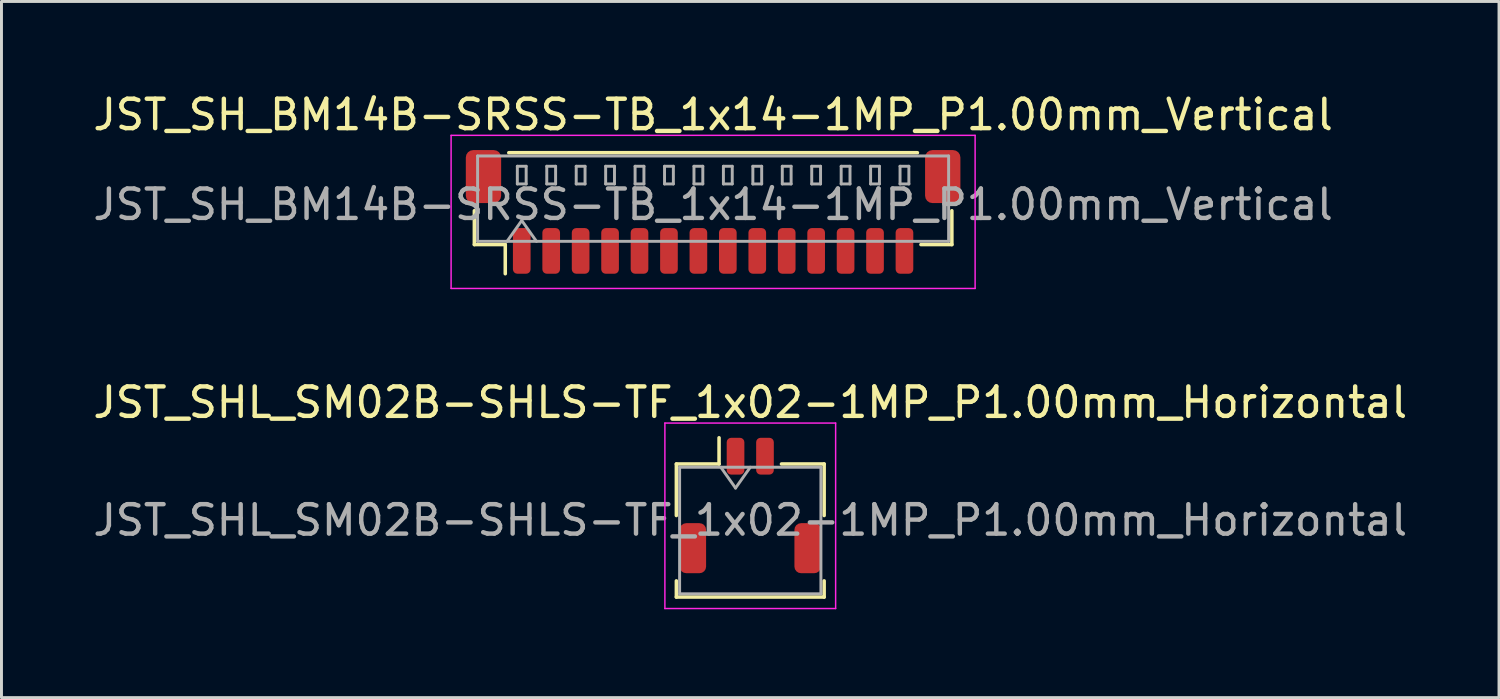
<source format=kicad_pcb>
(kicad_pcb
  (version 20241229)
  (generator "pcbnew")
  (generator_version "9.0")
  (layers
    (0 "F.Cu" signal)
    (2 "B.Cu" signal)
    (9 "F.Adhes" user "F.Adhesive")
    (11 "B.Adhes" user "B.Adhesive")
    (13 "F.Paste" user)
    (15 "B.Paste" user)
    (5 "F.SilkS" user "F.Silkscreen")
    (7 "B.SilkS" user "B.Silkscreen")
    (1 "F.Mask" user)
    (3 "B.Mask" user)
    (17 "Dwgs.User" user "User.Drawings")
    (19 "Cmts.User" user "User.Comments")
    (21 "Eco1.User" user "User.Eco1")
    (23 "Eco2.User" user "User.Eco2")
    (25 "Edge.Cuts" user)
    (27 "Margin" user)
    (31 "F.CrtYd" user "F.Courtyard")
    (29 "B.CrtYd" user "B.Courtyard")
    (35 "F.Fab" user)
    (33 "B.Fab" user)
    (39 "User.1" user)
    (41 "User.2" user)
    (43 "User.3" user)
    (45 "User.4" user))
  (footprint "JST_SHL_SM02B-SHLS-TF_1x02-1MP_P1.00mm_Horizontal"
    (layer "F.Cu")
    (at 22.435 14.121)
    (property "Reference" "JST_SHL_SM02B-SHLS-TF_1x02-1MP_P1.00mm_Horizontal" (at 0 -3.5 0) (layer "F.SilkS") (effects (font (size 1 1) (thickness 0.15))))
    (attr smd)
    (fp_line (start -2.51 -1.41) (end -1.06 -1.41) (stroke (width 0.12) (type solid)) (layer "F.SilkS"))
    (fp_line (start -2.51 0.34) (end -2.51 -1.41) (stroke (width 0.12) (type solid)) (layer "F.SilkS"))
    (fp_line (start -2.51 2.56) (end -2.51 3.11) (stroke (width 0.12) (type solid)) (layer "F.SilkS"))
    (fp_line (start -2.51 3.11) (end 2.51 3.11) (stroke (width 0.12) (type solid)) (layer "F.SilkS"))
    (fp_line (start -1.06 -1.41) (end -1.06 -2.3) (stroke (width 0.12) (type solid)) (layer "F.SilkS"))
    (fp_line (start 2.51 -1.41) (end 1.06 -1.41) (stroke (width 0.12) (type solid)) (layer "F.SilkS"))
    (fp_line (start 2.51 0.34) (end 2.51 -1.41) (stroke (width 0.12) (type solid)) (layer "F.SilkS"))
    (fp_line (start 2.51 3.11) (end 2.51 2.56) (stroke (width 0.12) (type solid)) (layer "F.SilkS"))
    (fp_line (start -2.9 -2.8) (end -2.9 3.5) (stroke (width 0.05) (type solid)) (layer "F.CrtYd"))
    (fp_line (start -2.9 3.5) (end 2.9 3.5) (stroke (width 0.05) (type solid)) (layer "F.CrtYd"))
    (fp_line (start 2.9 -2.8) (end -2.9 -2.8) (stroke (width 0.05) (type solid)) (layer "F.CrtYd"))
    (fp_line (start 2.9 3.5) (end 2.9 -2.8) (stroke (width 0.05) (type solid)) (layer "F.CrtYd"))
    (fp_line (start -2.4 -1.3) (end -2.4 3) (stroke (width 0.1) (type solid)) (layer "F.Fab"))
    (fp_line (start -2.4 -1.3) (end 2.4 -1.3) (stroke (width 0.1) (type solid)) (layer "F.Fab"))
    (fp_line (start -2.4 3) (end 2.4 3) (stroke (width 0.1) (type solid)) (layer "F.Fab"))
    (fp_line (start -1 -1.3) (end -0.5 -0.593) (stroke (width 0.1) (type solid)) (layer "F.Fab"))
    (fp_line (start -0.5 -0.593) (end 0 -1.3) (stroke (width 0.1) (type solid)) (layer "F.Fab"))
    (fp_line (start 2.4 -1.3) (end 2.4 3) (stroke (width 0.1) (type solid)) (layer "F.Fab"))
    (fp_text user "${REFERENCE}" (at 0 0.5 0) (layer "F.Fab") (effects (font (size 1 1) (thickness 0.15))))
    (pad "1" smd roundrect (at -0.5 -1.675) (size 0.6 1.25) (layers "F.Cu" "F.Mask" "F.Paste") (roundrect_rratio 0.25))
    (pad "2" smd roundrect (at 0.5 -1.675) (size 0.6 1.25) (layers "F.Cu" "F.Mask" "F.Paste") (roundrect_rratio 0.25))
    (pad "MP" smd roundrect (at -1.95 1.45) (size 0.9 1.7) (layers "F.Cu" "F.Mask" "F.Paste") (roundrect_rratio 0.25))
    (pad "MP" smd roundrect (at 1.95 1.45) (size 0.9 1.7) (layers "F.Cu" "F.Mask" "F.Paste") (roundrect_rratio 0.25)))
  (footprint "JST_SH_BM14B-SRSS-TB_1x14-1MP_P1.00mm_Vertical"
    (layer "F.Cu")
    (at 21.173 4.148)
    (property "Reference" "JST_SH_BM14B-SRSS-TB_1x14-1MP_P1.00mm_Vertical" (at 0 -3.3 0) (layer "F.SilkS") (effects (font (size 1 1) (thickness 0.15))))
    (attr smd)
    (fp_line (start -8.11 -0.04) (end -8.11 1.11) (stroke (width 0.12) (type solid)) (layer "F.SilkS"))
    (fp_line (start -8.11 1.11) (end -7.06 1.11) (stroke (width 0.12) (type solid)) (layer "F.SilkS"))
    (fp_line (start -7.06 1.11) (end -7.06 2.1) (stroke (width 0.12) (type solid)) (layer "F.SilkS"))
    (fp_line (start -6.94 -2.01) (end 6.94 -2.01) (stroke (width 0.12) (type solid)) (layer "F.SilkS"))
    (fp_line (start 8.11 -0.04) (end 8.11 1.11) (stroke (width 0.12) (type solid)) (layer "F.SilkS"))
    (fp_line (start 8.11 1.11) (end 7.06 1.11) (stroke (width 0.12) (type solid)) (layer "F.SilkS"))
    (fp_line (start -8.9 -2.6) (end -8.9 2.6) (stroke (width 0.05) (type solid)) (layer "F.CrtYd"))
    (fp_line (start -8.9 2.6) (end 8.9 2.6) (stroke (width 0.05) (type solid)) (layer "F.CrtYd"))
    (fp_line (start 8.9 -2.6) (end -8.9 -2.6) (stroke (width 0.05) (type solid)) (layer "F.CrtYd"))
    (fp_line (start 8.9 2.6) (end 8.9 -2.6) (stroke (width 0.05) (type solid)) (layer "F.CrtYd"))
    (fp_line (start -8 -1.9) (end 8 -1.9) (stroke (width 0.1) (type solid)) (layer "F.Fab"))
    (fp_line (start -8 1) (end -8 -1.9) (stroke (width 0.1) (type solid)) (layer "F.Fab"))
    (fp_line (start -8 1) (end 8 1) (stroke (width 0.1) (type solid)) (layer "F.Fab"))
    (fp_line (start -7 1) (end -6.5 0.293) (stroke (width 0.1) (type solid)) (layer "F.Fab"))
    (fp_line (start -6.65 -1.55) (end -6.65 -0.95) (stroke (width 0.1) (type solid)) (layer "F.Fab"))
    (fp_line (start -6.65 -0.95) (end -6.35 -0.95) (stroke (width 0.1) (type solid)) (layer "F.Fab"))
    (fp_line (start -6.5 0.293) (end -6 1) (stroke (width 0.1) (type solid)) (layer "F.Fab"))
    (fp_line (start -6.35 -1.55) (end -6.65 -1.55) (stroke (width 0.1) (type solid)) (layer "F.Fab"))
    (fp_line (start -6.35 -0.95) (end -6.35 -1.55) (stroke (width 0.1) (type solid)) (layer "F.Fab"))
    (fp_line (start -5.65 -1.55) (end -5.65 -0.95) (stroke (width 0.1) (type solid)) (layer "F.Fab"))
    (fp_line (start -5.65 -0.95) (end -5.35 -0.95) (stroke (width 0.1) (type solid)) (layer "F.Fab"))
    (fp_line (start -5.35 -1.55) (end -5.65 -1.55) (stroke (width 0.1) (type solid)) (layer "F.Fab"))
    (fp_line (start -5.35 -0.95) (end -5.35 -1.55) (stroke (width 0.1) (type solid)) (layer "F.Fab"))
    (fp_line (start -4.65 -1.55) (end -4.65 -0.95) (stroke (width 0.1) (type solid)) (layer "F.Fab"))
    (fp_line (start -4.65 -0.95) (end -4.35 -0.95) (stroke (width 0.1) (type solid)) (layer "F.Fab"))
    (fp_line (start -4.35 -1.55) (end -4.65 -1.55) (stroke (width 0.1) (type solid)) (layer "F.Fab"))
    (fp_line (start -4.35 -0.95) (end -4.35 -1.55) (stroke (width 0.1) (type solid)) (layer "F.Fab"))
    (fp_line (start -3.65 -1.55) (end -3.65 -0.95) (stroke (width 0.1) (type solid)) (layer "F.Fab"))
    (fp_line (start -3.65 -0.95) (end -3.35 -0.95) (stroke (width 0.1) (type solid)) (layer "F.Fab"))
    (fp_line (start -3.35 -1.55) (end -3.65 -1.55) (stroke (width 0.1) (type solid)) (layer "F.Fab"))
    (fp_line (start -3.35 -0.95) (end -3.35 -1.55) (stroke (width 0.1) (type solid)) (layer "F.Fab"))
    (fp_line (start -2.65 -1.55) (end -2.65 -0.95) (stroke (width 0.1) (type solid)) (layer "F.Fab"))
    (fp_line (start -2.65 -0.95) (end -2.35 -0.95) (stroke (width 0.1) (type solid)) (layer "F.Fab"))
    (fp_line (start -2.35 -1.55) (end -2.65 -1.55) (stroke (width 0.1) (type solid)) (layer "F.Fab"))
    (fp_line (start -2.35 -0.95) (end -2.35 -1.55) (stroke (width 0.1) (type solid)) (layer "F.Fab"))
    (fp_line (start -1.65 -1.55) (end -1.65 -0.95) (stroke (width 0.1) (type solid)) (layer "F.Fab"))
    (fp_line (start -1.65 -0.95) (end -1.35 -0.95) (stroke (width 0.1) (type solid)) (layer "F.Fab"))
    (fp_line (start -1.35 -1.55) (end -1.65 -1.55) (stroke (width 0.1) (type solid)) (layer "F.Fab"))
    (fp_line (start -1.35 -0.95) (end -1.35 -1.55) (stroke (width 0.1) (type solid)) (layer "F.Fab"))
    (fp_line (start -0.65 -1.55) (end -0.65 -0.95) (stroke (width 0.1) (type solid)) (layer "F.Fab"))
    (fp_line (start -0.65 -0.95) (end -0.35 -0.95) (stroke (width 0.1) (type solid)) (layer "F.Fab"))
    (fp_line (start -0.35 -1.55) (end -0.65 -1.55) (stroke (width 0.1) (type solid)) (layer "F.Fab"))
    (fp_line (start -0.35 -0.95) (end -0.35 -1.55) (stroke (width 0.1) (type solid)) (layer "F.Fab"))
    (fp_line (start 0.35 -1.55) (end 0.35 -0.95) (stroke (width 0.1) (type solid)) (layer "F.Fab"))
    (fp_line (start 0.35 -0.95) (end 0.65 -0.95) (stroke (width 0.1) (type solid)) (layer "F.Fab"))
    (fp_line (start 0.65 -1.55) (end 0.35 -1.55) (stroke (width 0.1) (type solid)) (layer "F.Fab"))
    (fp_line (start 0.65 -0.95) (end 0.65 -1.55) (stroke (width 0.1) (type solid)) (layer "F.Fab"))
    (fp_line (start 1.35 -1.55) (end 1.35 -0.95) (stroke (width 0.1) (type solid)) (layer "F.Fab"))
    (fp_line (start 1.35 -0.95) (end 1.65 -0.95) (stroke (width 0.1) (type solid)) (layer "F.Fab"))
    (fp_line (start 1.65 -1.55) (end 1.35 -1.55) (stroke (width 0.1) (type solid)) (layer "F.Fab"))
    (fp_line (start 1.65 -0.95) (end 1.65 -1.55) (stroke (width 0.1) (type solid)) (layer "F.Fab"))
    (fp_line (start 2.35 -1.55) (end 2.35 -0.95) (stroke (width 0.1) (type solid)) (layer "F.Fab"))
    (fp_line (start 2.35 -0.95) (end 2.65 -0.95) (stroke (width 0.1) (type solid)) (layer "F.Fab"))
    (fp_line (start 2.65 -1.55) (end 2.35 -1.55) (stroke (width 0.1) (type solid)) (layer "F.Fab"))
    (fp_line (start 2.65 -0.95) (end 2.65 -1.55) (stroke (width 0.1) (type solid)) (layer "F.Fab"))
    (fp_line (start 3.35 -1.55) (end 3.35 -0.95) (stroke (width 0.1) (type solid)) (layer "F.Fab"))
    (fp_line (start 3.35 -0.95) (end 3.65 -0.95) (stroke (width 0.1) (type solid)) (layer "F.Fab"))
    (fp_line (start 3.65 -1.55) (end 3.35 -1.55) (stroke (width 0.1) (type solid)) (layer "F.Fab"))
    (fp_line (start 3.65 -0.95) (end 3.65 -1.55) (stroke (width 0.1) (type solid)) (layer "F.Fab"))
    (fp_line (start 4.35 -1.55) (end 4.35 -0.95) (stroke (width 0.1) (type solid)) (layer "F.Fab"))
    (fp_line (start 4.35 -0.95) (end 4.65 -0.95) (stroke (width 0.1) (type solid)) (layer "F.Fab"))
    (fp_line (start 4.65 -1.55) (end 4.35 -1.55) (stroke (width 0.1) (type solid)) (layer "F.Fab"))
    (fp_line (start 4.65 -0.95) (end 4.65 -1.55) (stroke (width 0.1) (type solid)) (layer "F.Fab"))
    (fp_line (start 5.35 -1.55) (end 5.35 -0.95) (stroke (width 0.1) (type solid)) (layer "F.Fab"))
    (fp_line (start 5.35 -0.95) (end 5.65 -0.95) (stroke (width 0.1) (type solid)) (layer "F.Fab"))
    (fp_line (start 5.65 -1.55) (end 5.35 -1.55) (stroke (width 0.1) (type solid)) (layer "F.Fab"))
    (fp_line (start 5.65 -0.95) (end 5.65 -1.55) (stroke (width 0.1) (type solid)) (layer "F.Fab"))
    (fp_line (start 6.35 -1.55) (end 6.35 -0.95) (stroke (width 0.1) (type solid)) (layer "F.Fab"))
    (fp_line (start 6.35 -0.95) (end 6.65 -0.95) (stroke (width 0.1) (type solid)) (layer "F.Fab"))
    (fp_line (start 6.65 -1.55) (end 6.35 -1.55) (stroke (width 0.1) (type solid)) (layer "F.Fab"))
    (fp_line (start 6.65 -0.95) (end 6.65 -1.55) (stroke (width 0.1) (type solid)) (layer "F.Fab"))
    (fp_line (start 8 1) (end 8 -1.9) (stroke (width 0.1) (type solid)) (layer "F.Fab"))
    (fp_text user "${REFERENCE}" (at 0 -0.25 0) (layer "F.Fab") (effects (font (size 1 1) (thickness 0.15))))
    (pad "1" smd roundrect (at -6.5 1.325) (size 0.6 1.55) (layers "F.Cu" "F.Mask" "F.Paste") (roundrect_rratio 0.25))
    (pad "2" smd roundrect (at -5.5 1.325) (size 0.6 1.55) (layers "F.Cu" "F.Mask" "F.Paste") (roundrect_rratio 0.25))
    (pad "3" smd roundrect (at -4.5 1.325) (size 0.6 1.55) (layers "F.Cu" "F.Mask" "F.Paste") (roundrect_rratio 0.25))
    (pad "4" smd roundrect (at -3.5 1.325) (size 0.6 1.55) (layers "F.Cu" "F.Mask" "F.Paste") (roundrect_rratio 0.25))
    (pad "5" smd roundrect (at -2.5 1.325) (size 0.6 1.55) (layers "F.Cu" "F.Mask" "F.Paste") (roundrect_rratio 0.25))
    (pad "6" smd roundrect (at -1.5 1.325) (size 0.6 1.55) (layers "F.Cu" "F.Mask" "F.Paste") (roundrect_rratio 0.25))
    (pad "7" smd roundrect (at -0.5 1.325) (size 0.6 1.55) (layers "F.Cu" "F.Mask" "F.Paste") (roundrect_rratio 0.25))
    (pad "8" smd roundrect (at 0.5 1.325) (size 0.6 1.55) (layers "F.Cu" "F.Mask" "F.Paste") (roundrect_rratio 0.25))
    (pad "9" smd roundrect (at 1.5 1.325) (size 0.6 1.55) (layers "F.Cu" "F.Mask" "F.Paste") (roundrect_rratio 0.25))
    (pad "10" smd roundrect (at 2.5 1.325) (size 0.6 1.55) (layers "F.Cu" "F.Mask" "F.Paste") (roundrect_rratio 0.25))
    (pad "11" smd roundrect (at 3.5 1.325) (size 0.6 1.55) (layers "F.Cu" "F.Mask" "F.Paste") (roundrect_rratio 0.25))
    (pad "12" smd roundrect (at 4.5 1.325) (size 0.6 1.55) (layers "F.Cu" "F.Mask" "F.Paste") (roundrect_rratio 0.25))
    (pad "13" smd roundrect (at 5.5 1.325) (size 0.6 1.55) (layers "F.Cu" "F.Mask" "F.Paste") (roundrect_rratio 0.25))
    (pad "14" smd roundrect (at 6.5 1.325) (size 0.6 1.55) (layers "F.Cu" "F.Mask" "F.Paste") (roundrect_rratio 0.25))
    (pad "MP" smd roundrect (at -7.8 -1.2) (size 1.2 1.8) (layers "F.Cu" "F.Mask" "F.Paste") (roundrect_rratio 0.208))
    (pad "MP" smd roundrect (at 7.8 -1.2) (size 1.2 1.8) (layers "F.Cu" "F.Mask" "F.Paste") (roundrect_rratio 0.208)))
  (gr_rect
    (start -3 -3)
    (end 47.869 20.646)
    (stroke (width 0.1) (type default))
    (fill no)
    (layer "Edge.Cuts")))
</source>
